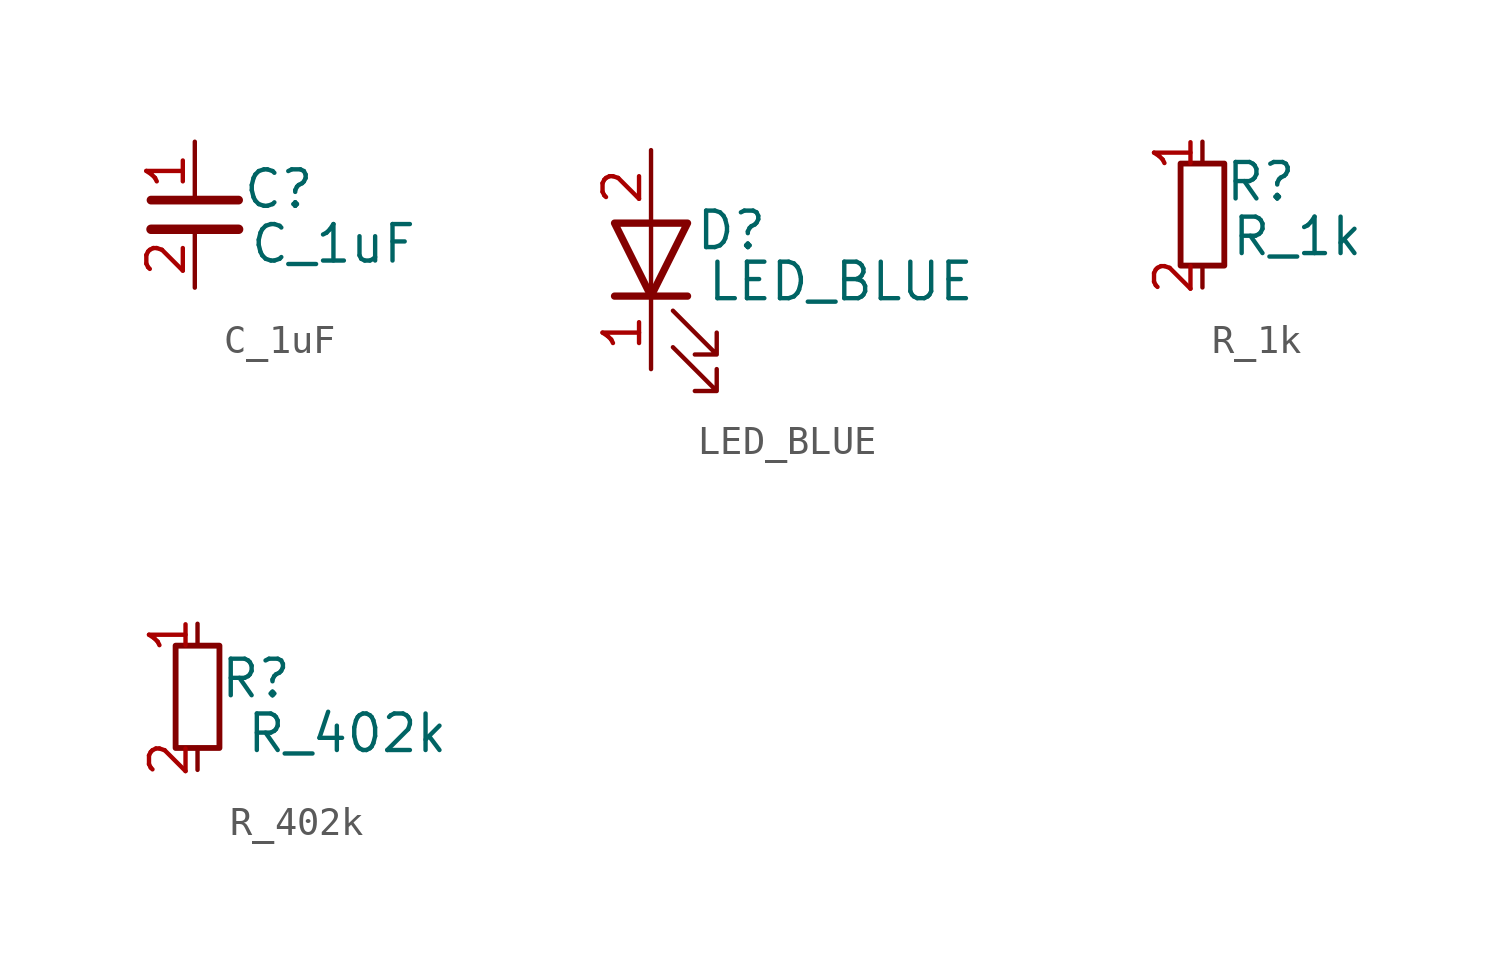
<source format=kicad_sym>
(kicad_symbol_lib
  (version 20211014)
  (generator kicad_symbol_editor)
  (symbol "C_1uF"
    (property "Reference" "C"
      (at -3.175 8.255 0)
      (effects (font (size 1.27 1.27))))
    (property "Value" "C_1uF"
      (at -1.27 6.35 0)
      (effects (font (size 1.27 1.27))))
    (symbol "C_1uF_0_1"
      (polyline (pts (xy -7.62 6.858) (xy -4.572 6.858)) (stroke (width 0.33) (type default) (color 0 0 0 0)) (fill (type none)))
      (polyline (pts (xy -7.62 7.874) (xy -4.572 7.874)) (stroke (width 0.305) (type default) (color 0 0 0 0)) (fill (type none))))
    (symbol "C_1uF_1_1"
      (pin passive line (at -6.096 9.906 270) (length 2.032) (name "~" (effects (font (size 1.27 1.27)))) (number "1" (effects (font (size 1.27 1.27)))))
      (pin passive line (at -6.096 4.826 90) (length 2.032) (name "~" (effects (font (size 1.27 1.27)))) (number "2" (effects (font (size 1.27 1.27)))))))
  (symbol "LED_BLUE"
    (property "Reference" "D"
      (at -3.81 1.778 0)
      (effects (font (size 1.27 1.27))))
    (property "Value" "LED_BLUE"
      (at 0 0 0)
      (effects (font (size 1.27 1.27))))
    (symbol "LED_BLUE_0_1"
      (polyline (pts (xy -6.604 -0.508) (xy -6.604 2.032)) (stroke (width 0) (type default) (color 0 0 0 0)) (fill (type none)))
      (polyline (pts (xy -5.334 -0.508) (xy -7.874 -0.508)) (stroke (width 0.254) (type default) (color 0 0 0 0)) (fill (type none)))
      (polyline (pts (xy -5.334 2.032) (xy -7.874 2.032) (xy -6.604 -0.508) (xy -5.334 2.032)) (stroke (width 0.254) (type default) (color 0 0 0 0)) (fill (type none)))
      (polyline (pts (xy -5.842 -2.286) (xy -4.318 -3.81) (xy -4.318 -3.048) (xy -4.318 -3.81) (xy -5.08 -3.81)) (stroke (width 0) (type default) (color 0 0 0 0)) (fill (type none)))
      (polyline (pts (xy -5.842 -1.016) (xy -4.318 -2.54) (xy -4.318 -1.778) (xy -4.318 -2.54) (xy -5.08 -2.54)) (stroke (width 0) (type default) (color 0 0 0 0)) (fill (type none))))
    (symbol "LED_BLUE_1_1"
      (pin passive line (at -6.604 -3.048 90) (length 2.54) (name "~" (effects (font (size 1.27 1.27)))) (number "1" (effects (font (size 1.27 1.27)))))
      (pin passive line (at -6.604 4.572 270) (length 2.54) (name "~" (effects (font (size 1.27 1.27)))) (number "2" (effects (font (size 1.27 1.27)))))))
  (symbol "R_1k"
    (property "Reference" "R"
      (at -8.382 3.683 0)
      (effects (font (size 1.27 1.27))))
    (property "Value" "R_1k"
      (at -7.112 1.778 0)
      (effects (font (size 1.27 1.27))))
    (symbol "R_1k_0_1"
      (rectangle (start -11.176 4.318) (end -9.652 0.762) (stroke (width 0.203) (type default) (color 0 0 0 0)) (fill (type none))))
    (symbol "R_1k_1_1"
      (pin passive line (at -10.414 5.08 270) (length 0.762) (name "~" (effects (font (size 1.27 1.27)))) (number "1" (effects (font (size 1.27 1.27)))))
      (pin passive line (at -10.414 0 90) (length 0.762) (name "~" (effects (font (size 1.27 1.27)))) (number "2" (effects (font (size 1.27 1.27)))))))
  (symbol "R_402k"
    (property "Reference" "R"
      (at -5.842 3.683 0)
      (effects (font (size 1.27 1.27))))
    (property "Value" "R_402k"
      (at -2.667 1.778 0)
      (effects (font (size 1.27 1.27))))
    (symbol "R_402k_0_1"
      (rectangle (start -8.636 4.826) (end -7.112 1.27) (stroke (width 0.203) (type default) (color 0 0 0 0)) (fill (type none))))
    (symbol "R_402k_1_1"
      (pin passive line (at -7.874 5.588 270) (length 0.762) (name "~" (effects (font (size 1.27 1.27)))) (number "1" (effects (font (size 1.27 1.27)))))
      (pin passive line (at -7.874 0.508 90) (length 0.762) (name "~" (effects (font (size 1.27 1.27)))) (number "2" (effects (font (size 1.27 1.27))))))))
</source>
